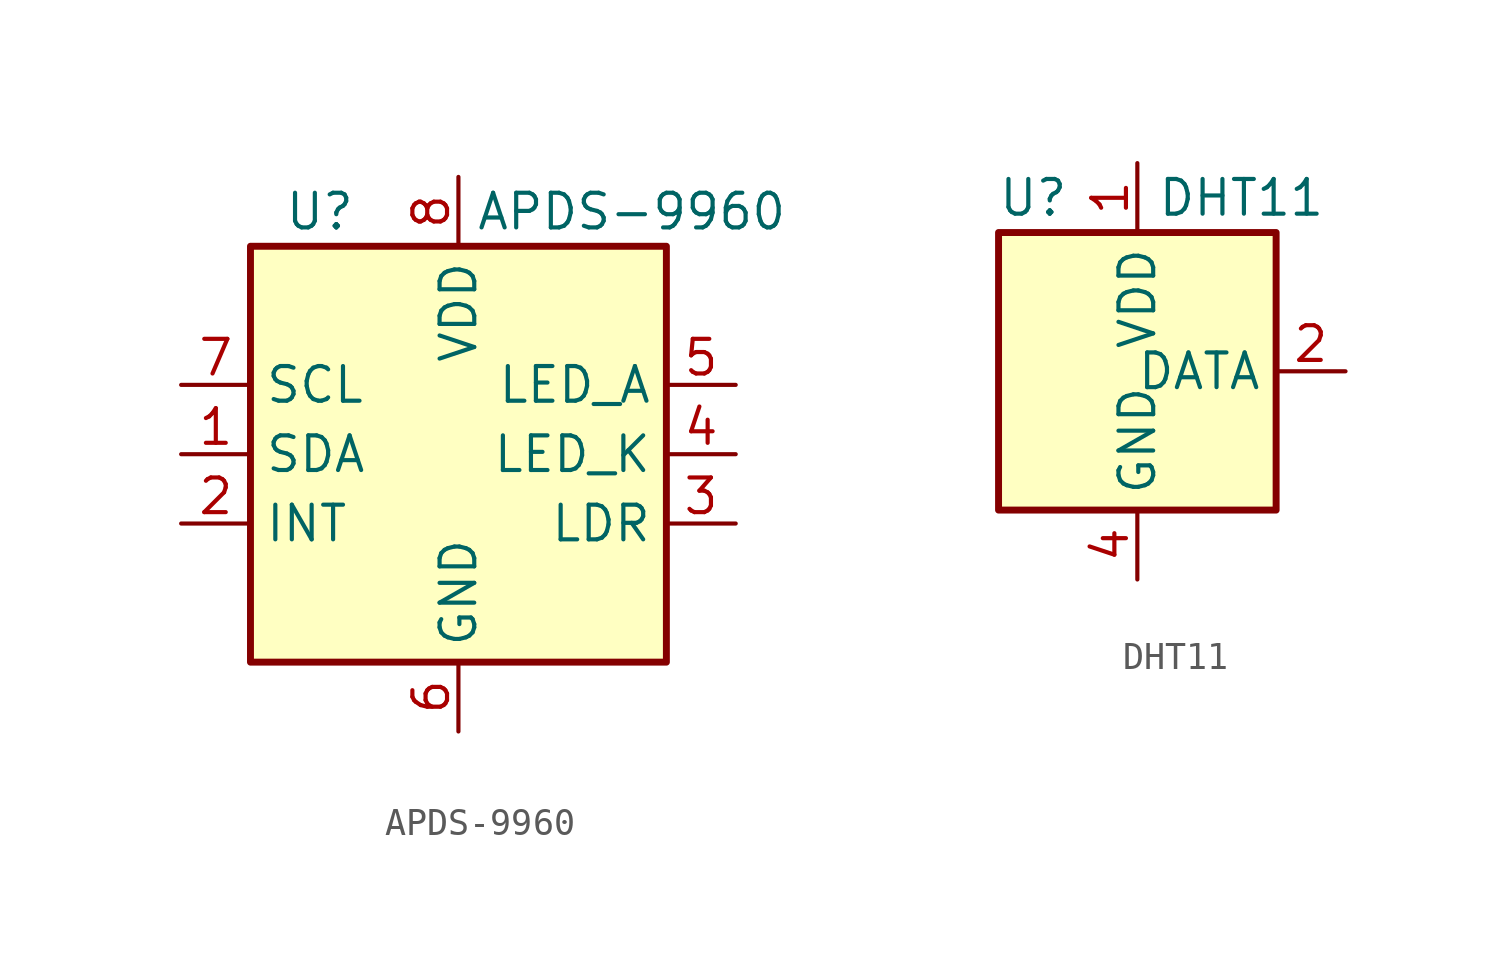
<source format=kicad_sym>
(kicad_symbol_lib
  (version 20231120)
  (generator "kicad_symbol_editor")
  (generator_version "8.0")
  (symbol "APDS-9960"
    (property "Reference" "U"
      (at -5.08 8.89 0)
      (effects (font (size 1.27 1.27))))
    (property "Value" "APDS-9960"
      (at 6.35 8.89 0)
      (effects (font (size 1.27 1.27))))
    (symbol "APDS-9960_0_1"
      (rectangle (start -7.62 7.62) (end 7.62 -7.62) (stroke (width 0.254) (type default)) (fill (type background))))
    (symbol "APDS-9960_1_1"
      (pin bidirectional line (at -10.16 0 0) (length 2.54) (name "SDA" (effects (font (size 1.27 1.27)))) (number "1" (effects (font (size 1.27 1.27)))))
      (pin open_collector line (at -10.16 -2.54 0) (length 2.54) (name "INT" (effects (font (size 1.27 1.27)))) (number "2" (effects (font (size 1.27 1.27)))))
      (pin passive line (at 10.16 -2.54 180) (length 2.54) (name "LDR" (effects (font (size 1.27 1.27)))) (number "3" (effects (font (size 1.27 1.27)))))
      (pin passive line (at 10.16 0 180) (length 2.54) (name "LED_K" (effects (font (size 1.27 1.27)))) (number "4" (effects (font (size 1.27 1.27)))))
      (pin passive line (at 10.16 2.54 180) (length 2.54) (name "LED_A" (effects (font (size 1.27 1.27)))) (number "5" (effects (font (size 1.27 1.27)))))
      (pin power_in line (at 0 -10.16 90) (length 2.54) (name "GND" (effects (font (size 1.27 1.27)))) (number "6" (effects (font (size 1.27 1.27)))))
      (pin input line (at -10.16 2.54 0) (length 2.54) (name "SCL" (effects (font (size 1.27 1.27)))) (number "7" (effects (font (size 1.27 1.27)))))
      (pin power_in line (at 0 10.16 270) (length 2.54) (name "VDD" (effects (font (size 1.27 1.27)))) (number "8" (effects (font (size 1.27 1.27)))))))
  (symbol "DHT11"
    (property "Reference" "U"
      (at -3.81 6.35 0)
      (effects (font (size 1.27 1.27))))
    (property "Value" "DHT11"
      (at 3.81 6.35 0)
      (effects (font (size 1.27 1.27))))
    (symbol "DHT11_0_1"
      (rectangle (start -5.08 5.08) (end 5.08 -5.08) (stroke (width 0.254) (type default)) (fill (type background))))
    (symbol "DHT11_1_1"
      (pin power_in line (at 0 7.62 270) (length 2.54) (name "VDD" (effects (font (size 1.27 1.27)))) (number "1" (effects (font (size 1.27 1.27)))))
      (pin bidirectional line (at 7.62 0 180) (length 2.54) (name "DATA" (effects (font (size 1.27 1.27)))) (number "2" (effects (font (size 1.27 1.27)))))
      (pin no_connect line (at -5.08 0 0) (length 2.54) hide (name "NC" (effects (font (size 1.27 1.27)))) (number "3" (effects (font (size 1.27 1.27)))))
      (pin power_in line (at 0 -7.62 90) (length 2.54) (name "GND" (effects (font (size 1.27 1.27)))) (number "4" (effects (font (size 1.27 1.27))))))))
</source>
